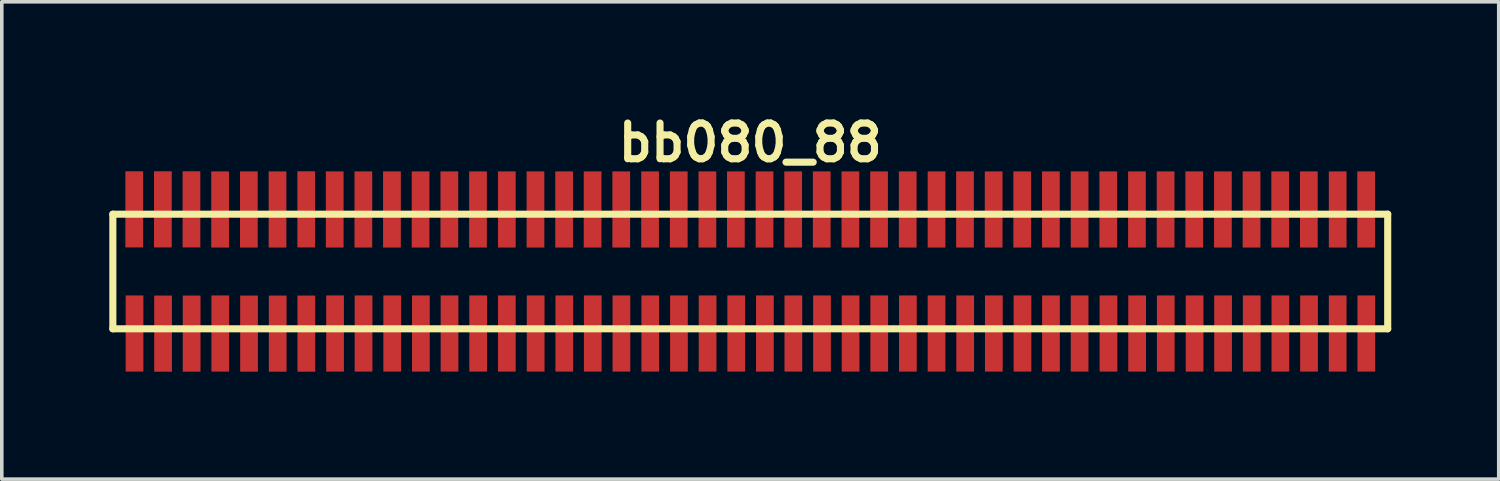
<source format=kicad_pcb>
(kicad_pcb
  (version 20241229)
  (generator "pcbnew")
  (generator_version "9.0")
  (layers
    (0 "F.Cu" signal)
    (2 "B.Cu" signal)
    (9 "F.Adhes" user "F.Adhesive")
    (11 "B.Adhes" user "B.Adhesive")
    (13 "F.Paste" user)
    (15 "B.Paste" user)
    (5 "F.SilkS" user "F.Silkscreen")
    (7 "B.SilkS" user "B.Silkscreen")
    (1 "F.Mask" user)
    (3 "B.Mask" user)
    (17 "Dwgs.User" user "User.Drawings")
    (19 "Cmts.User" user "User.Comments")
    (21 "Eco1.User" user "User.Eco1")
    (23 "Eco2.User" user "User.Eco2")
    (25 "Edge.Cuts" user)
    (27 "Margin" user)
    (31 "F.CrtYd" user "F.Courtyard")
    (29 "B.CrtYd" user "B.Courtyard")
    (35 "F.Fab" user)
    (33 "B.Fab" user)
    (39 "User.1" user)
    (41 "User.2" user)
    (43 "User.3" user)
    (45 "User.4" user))
  (footprint "bb080_88"
    (layer "F.Cu")
    (at 17.899 4.531)
    (property "Reference" "bb080_88" (at 0 -3.599 0) (layer "F.SilkS") (effects (font (size 0.998 0.998) (thickness 0.198))))
    (attr smd)
    (fp_line (start -17.8 -1.6) (end 17.8 -1.6) (stroke (width 0.198) (type solid)) (layer "F.SilkS"))
    (fp_line (start -17.798 -1.6) (end -17.798 1.6) (stroke (width 0.198) (type solid)) (layer "F.SilkS"))
    (fp_line (start 17.8 1.6) (end -17.8 1.6) (stroke (width 0.198) (type solid)) (layer "F.SilkS"))
    (fp_line (start 17.8 1.6) (end 17.8 -1.6) (stroke (width 0.198) (type solid)) (layer "F.SilkS"))
    (pad "1" smd rect (at -17.193 1.732) (size 0.495 2.126) (layers "F.Cu" "F.Mask" "F.Paste"))
    (pad "2" smd rect (at -17.201 -1.735) (size 0.495 2.126) (layers "F.Cu" "F.Mask" "F.Paste"))
    (pad "3" smd rect (at -16.396 1.735) (size 0.495 2.126) (layers "F.Cu" "F.Mask" "F.Paste"))
    (pad "4" smd rect (at -16.401 -1.735) (size 0.495 2.126) (layers "F.Cu" "F.Mask" "F.Paste"))
    (pad "5" smd rect (at -15.598 1.735) (size 0.495 2.126) (layers "F.Cu" "F.Mask" "F.Paste"))
    (pad "6" smd rect (at -15.603 -1.735) (size 0.495 2.126) (layers "F.Cu" "F.Mask" "F.Paste"))
    (pad "7" smd rect (at -14.798 1.732) (size 0.495 2.126) (layers "F.Cu" "F.Mask" "F.Paste"))
    (pad "8" smd rect (at -14.803 -1.732) (size 0.495 2.126) (layers "F.Cu" "F.Mask" "F.Paste"))
    (pad "9" smd rect (at -13.995 1.735) (size 0.495 2.126) (layers "F.Cu" "F.Mask" "F.Paste"))
    (pad "10" smd rect (at -14 -1.732) (size 0.495 2.126) (layers "F.Cu" "F.Mask" "F.Paste"))
    (pad "11" smd rect (at -13.195 1.735) (size 0.495 2.126) (layers "F.Cu" "F.Mask" "F.Paste"))
    (pad "12" smd rect (at -13.2 -1.732) (size 0.495 2.126) (layers "F.Cu" "F.Mask" "F.Paste"))
    (pad "13" smd rect (at -12.395 1.735) (size 0.495 2.126) (layers "F.Cu" "F.Mask" "F.Paste"))
    (pad "14" smd rect (at -12.398 -1.735) (size 0.495 2.126) (layers "F.Cu" "F.Mask" "F.Paste"))
    (pad "15" smd rect (at -11.593 1.732) (size 0.495 2.126) (layers "F.Cu" "F.Mask" "F.Paste"))
    (pad "16" smd rect (at -11.603 -1.732) (size 0.495 2.126) (layers "F.Cu" "F.Mask" "F.Paste"))
    (pad "17" smd rect (at -10.798 1.732) (size 0.495 2.126) (layers "F.Cu" "F.Mask" "F.Paste"))
    (pad "18" smd rect (at -10.803 -1.732) (size 0.495 2.126) (layers "F.Cu" "F.Mask" "F.Paste"))
    (pad "19" smd rect (at -9.997 1.732) (size 0.495 2.126) (layers "F.Cu" "F.Mask" "F.Paste"))
    (pad "20" smd rect (at -10.005 -1.732) (size 0.495 2.126) (layers "F.Cu" "F.Mask" "F.Paste"))
    (pad "21" smd rect (at -9.197 1.732) (size 0.495 2.126) (layers "F.Cu" "F.Mask" "F.Paste"))
    (pad "22" smd rect (at -9.205 -1.732) (size 0.495 2.126) (layers "F.Cu" "F.Mask" "F.Paste"))
    (pad "23" smd rect (at -8.397 1.732) (size 0.495 2.126) (layers "F.Cu" "F.Mask" "F.Paste"))
    (pad "24" smd rect (at -8.402 -1.732) (size 0.495 2.126) (layers "F.Cu" "F.Mask" "F.Paste"))
    (pad "25" smd rect (at -7.597 1.732) (size 0.495 2.126) (layers "F.Cu" "F.Mask" "F.Paste"))
    (pad "26" smd rect (at -7.602 -1.732) (size 0.495 2.126) (layers "F.Cu" "F.Mask" "F.Paste"))
    (pad "27" smd rect (at -6.797 1.732) (size 0.495 2.126) (layers "F.Cu" "F.Mask" "F.Paste"))
    (pad "28" smd rect (at -6.797 -1.732) (size 0.495 2.126) (layers "F.Cu" "F.Mask" "F.Paste"))
    (pad "29" smd rect (at -5.992 1.732) (size 0.495 2.126) (layers "F.Cu" "F.Mask" "F.Paste"))
    (pad "30" smd rect (at -5.997 -1.732) (size 0.495 2.126) (layers "F.Cu" "F.Mask" "F.Paste"))
    (pad "31" smd rect (at -5.192 1.732) (size 0.495 2.126) (layers "F.Cu" "F.Mask" "F.Paste"))
    (pad "32" smd rect (at -5.197 -1.732) (size 0.495 2.126) (layers "F.Cu" "F.Mask" "F.Paste"))
    (pad "33" smd rect (at -4.397 1.732) (size 0.495 2.126) (layers "F.Cu" "F.Mask" "F.Paste"))
    (pad "34" smd rect (at -4.402 -1.732) (size 0.495 2.126) (layers "F.Cu" "F.Mask" "F.Paste"))
    (pad "35" smd rect (at -3.597 1.732) (size 0.495 2.126) (layers "F.Cu" "F.Mask" "F.Paste"))
    (pad "36" smd rect (at -3.602 -1.732) (size 0.495 2.126) (layers "F.Cu" "F.Mask" "F.Paste"))
    (pad "37" smd rect (at -2.791 1.732) (size 0.495 2.126) (layers "F.Cu" "F.Mask" "F.Paste"))
    (pad "38" smd rect (at -2.797 -1.732) (size 0.495 2.126) (layers "F.Cu" "F.Mask" "F.Paste"))
    (pad "39" smd rect (at -1.991 1.732) (size 0.495 2.126) (layers "F.Cu" "F.Mask" "F.Paste"))
    (pad "40" smd rect (at -1.996 -1.732) (size 0.495 2.126) (layers "F.Cu" "F.Mask" "F.Paste"))
    (pad "41" smd rect (at -1.191 1.732) (size 0.495 2.126) (layers "F.Cu" "F.Mask" "F.Paste"))
    (pad "42" smd rect (at -1.196 -1.732) (size 0.495 2.126) (layers "F.Cu" "F.Mask" "F.Paste"))
    (pad "43" smd rect (at -0.391 1.732) (size 0.495 2.126) (layers "F.Cu" "F.Mask" "F.Paste"))
    (pad "44" smd rect (at -0.401 -1.732) (size 0.495 2.126) (layers "F.Cu" "F.Mask" "F.Paste"))
    (pad "45" smd rect (at 0.409 1.732) (size 0.495 2.126) (layers "F.Cu" "F.Mask" "F.Paste"))
    (pad "46" smd rect (at 0.399 -1.732) (size 0.495 2.126) (layers "F.Cu" "F.Mask" "F.Paste"))
    (pad "47" smd rect (at 1.204 1.732) (size 0.495 2.126) (layers "F.Cu" "F.Mask" "F.Paste"))
    (pad "48" smd rect (at 1.199 -1.732) (size 0.495 2.126) (layers "F.Cu" "F.Mask" "F.Paste"))
    (pad "49" smd rect (at 2.004 1.732) (size 0.495 2.126) (layers "F.Cu" "F.Mask" "F.Paste"))
    (pad "50" smd rect (at 1.996 -1.732) (size 0.495 2.126) (layers "F.Cu" "F.Mask" "F.Paste"))
    (pad "51" smd rect (at 2.802 1.732) (size 0.495 2.126) (layers "F.Cu" "F.Mask" "F.Paste"))
    (pad "52" smd rect (at 2.797 -1.732) (size 0.495 2.126) (layers "F.Cu" "F.Mask" "F.Paste"))
    (pad "53" smd rect (at 3.602 1.732) (size 0.495 2.126) (layers "F.Cu" "F.Mask" "F.Paste"))
    (pad "54" smd rect (at 3.597 -1.732) (size 0.495 2.126) (layers "F.Cu" "F.Mask" "F.Paste"))
    (pad "55" smd rect (at 4.402 1.732) (size 0.495 2.126) (layers "F.Cu" "F.Mask" "F.Paste"))
    (pad "56" smd rect (at 4.397 -1.732) (size 0.495 2.126) (layers "F.Cu" "F.Mask" "F.Paste"))
    (pad "57" smd rect (at 5.202 1.732) (size 0.495 2.126) (layers "F.Cu" "F.Mask" "F.Paste"))
    (pad "58" smd rect (at 5.202 -1.732) (size 0.495 2.126) (layers "F.Cu" "F.Mask" "F.Paste"))
    (pad "59" smd rect (at 6.002 1.732) (size 0.495 2.126) (layers "F.Cu" "F.Mask" "F.Paste"))
    (pad "60" smd rect (at 5.997 -1.732) (size 0.495 2.126) (layers "F.Cu" "F.Mask" "F.Paste"))
    (pad "61" smd rect (at 6.802 1.732) (size 0.495 2.126) (layers "F.Cu" "F.Mask" "F.Paste"))
    (pad "62" smd rect (at 6.797 -1.732) (size 0.495 2.126) (layers "F.Cu" "F.Mask" "F.Paste"))
    (pad "63" smd rect (at 7.602 1.732) (size 0.495 2.126) (layers "F.Cu" "F.Mask" "F.Paste"))
    (pad "64" smd rect (at 7.595 -1.732) (size 0.495 2.126) (layers "F.Cu" "F.Mask" "F.Paste"))
    (pad "65" smd rect (at 8.397 1.732) (size 0.495 2.126) (layers "F.Cu" "F.Mask" "F.Paste"))
    (pad "66" smd rect (at 8.395 -1.732) (size 0.495 2.126) (layers "F.Cu" "F.Mask" "F.Paste"))
    (pad "67" smd rect (at 9.197 1.732) (size 0.495 2.126) (layers "F.Cu" "F.Mask" "F.Paste"))
    (pad "68" smd rect (at 9.197 -1.732) (size 0.495 2.126) (layers "F.Cu" "F.Mask" "F.Paste"))
    (pad "69" smd rect (at 10.003 1.732) (size 0.495 2.126) (layers "F.Cu" "F.Mask" "F.Paste"))
    (pad "70" smd rect (at 9.997 -1.732) (size 0.495 2.126) (layers "F.Cu" "F.Mask" "F.Paste"))
    (pad "71" smd rect (at 10.803 1.732) (size 0.495 2.126) (layers "F.Cu" "F.Mask" "F.Paste"))
    (pad "72" smd rect (at 10.798 -1.732) (size 0.495 2.126) (layers "F.Cu" "F.Mask" "F.Paste"))
    (pad "73" smd rect (at 11.603 1.732) (size 0.495 2.126) (layers "F.Cu" "F.Mask" "F.Paste"))
    (pad "74" smd rect (at 11.598 -1.732) (size 0.495 2.126) (layers "F.Cu" "F.Mask" "F.Paste"))
    (pad "75" smd rect (at 12.408 1.732) (size 0.495 2.126) (layers "F.Cu" "F.Mask" "F.Paste"))
    (pad "76" smd rect (at 12.398 -1.732) (size 0.495 2.126) (layers "F.Cu" "F.Mask" "F.Paste"))
    (pad "77" smd rect (at 13.203 1.732) (size 0.495 2.126) (layers "F.Cu" "F.Mask" "F.Paste"))
    (pad "78" smd rect (at 13.198 -1.732) (size 0.495 2.126) (layers "F.Cu" "F.Mask" "F.Paste"))
    (pad "79" smd rect (at 14.003 1.732) (size 0.495 2.126) (layers "F.Cu" "F.Mask" "F.Paste"))
    (pad "80" smd rect (at 13.998 -1.732) (size 0.495 2.126) (layers "F.Cu" "F.Mask" "F.Paste"))
    (pad "81" smd rect (at 14.803 1.732) (size 0.495 2.126) (layers "F.Cu" "F.Mask" "F.Paste"))
    (pad "82" smd rect (at 14.798 -1.732) (size 0.495 2.126) (layers "F.Cu" "F.Mask" "F.Paste"))
    (pad "83" smd rect (at 15.603 1.732) (size 0.495 2.126) (layers "F.Cu" "F.Mask" "F.Paste"))
    (pad "84" smd rect (at 15.598 -1.732) (size 0.495 2.126) (layers "F.Cu" "F.Mask" "F.Paste"))
    (pad "85" smd rect (at 16.403 1.732) (size 0.495 2.126) (layers "F.Cu" "F.Mask" "F.Paste"))
    (pad "86" smd rect (at 16.403 -1.732) (size 0.495 2.126) (layers "F.Cu" "F.Mask" "F.Paste"))
    (pad "87" smd rect (at 17.203 1.732) (size 0.495 2.126) (layers "F.Cu" "F.Mask" "F.Paste"))
    (pad "88" smd rect (at 17.198 -1.732) (size 0.495 2.126) (layers "F.Cu" "F.Mask" "F.Paste")))
  (gr_rect
    (start -3 -3)
    (end 38.799 10.329)
    (stroke (width 0.1) (type default))
    (fill no)
    (layer "Edge.Cuts")))
</source>
